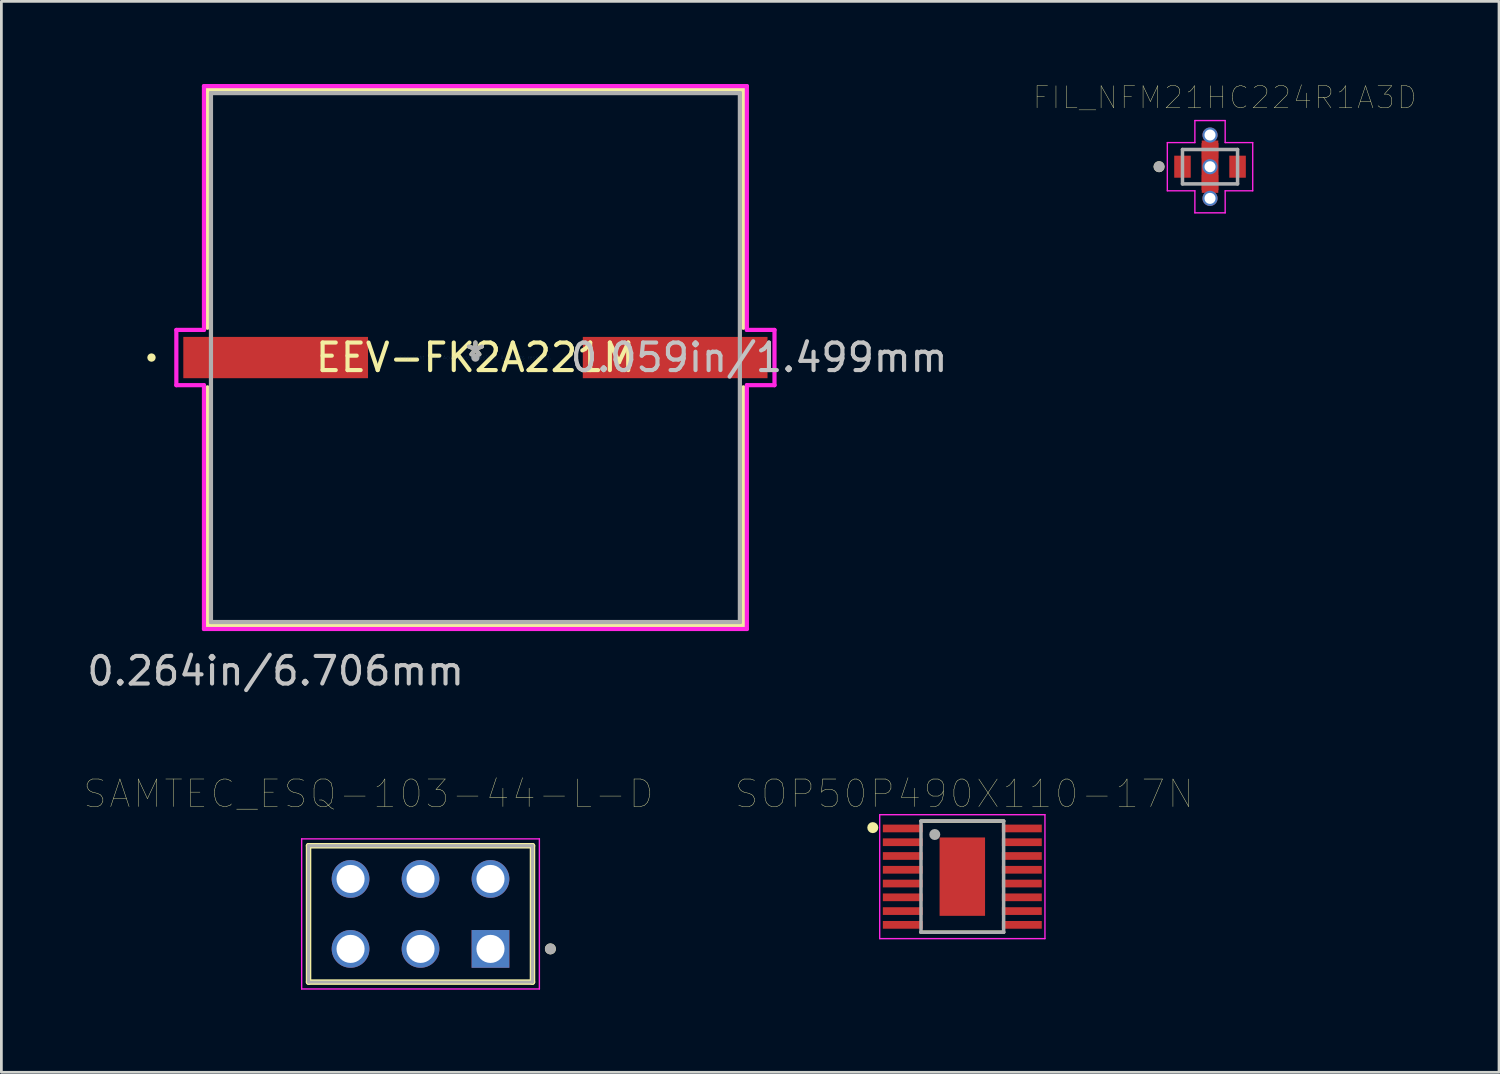
<source format=kicad_pcb>
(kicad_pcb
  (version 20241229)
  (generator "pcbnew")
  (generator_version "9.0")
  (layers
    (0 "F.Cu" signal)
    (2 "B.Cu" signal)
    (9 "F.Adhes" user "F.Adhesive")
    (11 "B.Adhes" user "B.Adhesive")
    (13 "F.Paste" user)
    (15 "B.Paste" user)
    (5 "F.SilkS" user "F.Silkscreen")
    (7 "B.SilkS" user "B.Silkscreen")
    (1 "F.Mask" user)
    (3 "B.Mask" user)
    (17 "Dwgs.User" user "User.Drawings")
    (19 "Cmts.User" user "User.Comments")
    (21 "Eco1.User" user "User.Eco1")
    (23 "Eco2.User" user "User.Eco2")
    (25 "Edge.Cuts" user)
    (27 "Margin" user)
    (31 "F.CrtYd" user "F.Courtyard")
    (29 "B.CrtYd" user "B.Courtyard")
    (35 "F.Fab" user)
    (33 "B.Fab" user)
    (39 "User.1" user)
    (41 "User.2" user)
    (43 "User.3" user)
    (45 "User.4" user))
  (footprint "FIL_NFM21HC224R1A3D"
    (layer "F.Cu")
    (at 40.88 3.002)
    (property "Reference" "FIL_NFM21HC224R1A3D" (at 0.54 -2.508 0) (layer "F.SilkS") (effects (font (size 0.8 0.8) (thickness 0.015))))
    (attr through_hole)
    (fp_poly (pts (xy -0.3 -0.85) (xy 0.3 -0.85) (xy 0.3 0.85) (xy -0.3 0.85)) (stroke (width 0.01) (type solid)) (fill yes) (layer "F.Cu"))
    (fp_poly (pts (xy -1.3 -0.4) (xy -0.7 -0.4) (xy -0.7 0.4) (xy -1.3 0.4)) (stroke (width 0.01) (type solid)) (fill yes) (layer "F.Mask"))
    (fp_poly (pts (xy -0.3 -0.95) (xy 0.3 -0.95) (xy 0.3 -0.3) (xy -0.3 -0.3)) (stroke (width 0.01) (type solid)) (fill yes) (layer "F.Mask"))
    (fp_poly (pts (xy -0.3 0.3) (xy 0.3 0.3) (xy 0.3 0.95) (xy -0.3 0.95)) (stroke (width 0.01) (type solid)) (fill yes) (layer "F.Mask"))
    (fp_poly (pts (xy 0.7 -0.4) (xy 1.3 -0.4) (xy 1.3 0.4) (xy 0.7 0.4)) (stroke (width 0.01) (type solid)) (fill yes) (layer "F.Mask"))
    (fp_circle (center -1.85 0) (end -1.75 0) (stroke (width 0.2) (type solid)) (fill no) (layer "F.SilkS"))
    (fp_line (start -1.55 -0.875) (end -0.55 -0.875) (stroke (width 0.05) (type solid)) (layer "F.CrtYd"))
    (fp_line (start -1.55 0.875) (end -1.55 -0.875) (stroke (width 0.05) (type solid)) (layer "F.CrtYd"))
    (fp_line (start -0.55 -1.675) (end 0.55 -1.675) (stroke (width 0.05) (type solid)) (layer "F.CrtYd"))
    (fp_line (start -0.55 -0.875) (end -0.55 -1.675) (stroke (width 0.05) (type solid)) (layer "F.CrtYd"))
    (fp_line (start -0.55 0.875) (end -1.55 0.875) (stroke (width 0.05) (type solid)) (layer "F.CrtYd"))
    (fp_line (start -0.55 1.675) (end -0.55 0.875) (stroke (width 0.05) (type solid)) (layer "F.CrtYd"))
    (fp_line (start 0.55 -1.675) (end 0.55 -0.875) (stroke (width 0.05) (type solid)) (layer "F.CrtYd"))
    (fp_line (start 0.55 -0.875) (end 1.55 -0.875) (stroke (width 0.05) (type solid)) (layer "F.CrtYd"))
    (fp_line (start 0.55 0.875) (end 0.55 1.675) (stroke (width 0.05) (type solid)) (layer "F.CrtYd"))
    (fp_line (start 0.55 1.675) (end -0.55 1.675) (stroke (width 0.05) (type solid)) (layer "F.CrtYd"))
    (fp_line (start 1.55 -0.875) (end 1.55 0.875) (stroke (width 0.05) (type solid)) (layer "F.CrtYd"))
    (fp_line (start 1.55 0.875) (end 0.55 0.875) (stroke (width 0.05) (type solid)) (layer "F.CrtYd"))
    (fp_line (start -1 -0.625) (end -1 0.625) (stroke (width 0.127) (type solid)) (layer "F.Fab"))
    (fp_line (start -1 0.625) (end 1 0.625) (stroke (width 0.127) (type solid)) (layer "F.Fab"))
    (fp_line (start 1 -0.625) (end -1 -0.625) (stroke (width 0.127) (type solid)) (layer "F.Fab"))
    (fp_line (start 1 0.625) (end 1 -0.625) (stroke (width 0.127) (type solid)) (layer "F.Fab"))
    (fp_circle (center -1.85 0) (end -1.75 0) (stroke (width 0.2) (type solid)) (fill no) (layer "F.Fab"))
    (pad "1" smd rect (at -1 0) (size 0.6 0.8) (layers "F.Cu" "F.Paste"))
    (pad "2" smd rect (at 0 -0.625) (size 0.6 0.65) (layers "F.Cu" "F.Paste"))
    (pad "2_1" smd rect (at 0 0.625) (size 0.6 0.65) (layers "F.Cu" "F.Paste"))
    (pad "2_2" thru_hole circle (at 0 -1.15) (size 0.55 0.55) (drill 0.4) (layers "*.Cu"))
    (pad "2_3" thru_hole circle (at 0 0) (size 0.55 0.55) (drill 0.4) (layers "*.Cu"))
    (pad "2_4" thru_hole circle (at 0 1.15) (size 0.55 0.55) (drill 0.4) (layers "*.Cu"))
    (pad "3" smd rect (at 1 0) (size 0.6 0.8) (layers "F.Cu" "F.Paste")))
  (footprint "SAMTEC_ESQ-103-44-L-D"
    (layer "F.Cu")
    (at 14.757 31.4)
    (property "Reference" "SAMTEC_ESQ-103-44-L-D" (at -4.43 -5.63 0) (layer "F.SilkS") (effects (font (size 1 1) (thickness 0.015))))
    (attr through_hole)
    (fp_line (start -6.605 1.205) (end -6.605 -3.745) (stroke (width 0.2) (type solid)) (layer "F.SilkS"))
    (fp_line (start 1.525 -3.745) (end -6.605 -3.745) (stroke (width 0.2) (type solid)) (layer "F.SilkS"))
    (fp_line (start 1.525 -3.745) (end 1.525 1.205) (stroke (width 0.2) (type solid)) (layer "F.SilkS"))
    (fp_line (start 1.525 1.205) (end -6.605 1.205) (stroke (width 0.2) (type solid)) (layer "F.SilkS"))
    (fp_circle (center 2.175 0) (end 2.275 0) (stroke (width 0.2) (type solid)) (fill no) (layer "F.SilkS"))
    (fp_line (start -6.855 -3.995) (end 1.775 -3.995) (stroke (width 0.05) (type solid)) (layer "F.CrtYd"))
    (fp_line (start -6.855 1.455) (end -6.855 -3.995) (stroke (width 0.05) (type solid)) (layer "F.CrtYd"))
    (fp_line (start 1.775 -3.995) (end 1.775 1.455) (stroke (width 0.05) (type solid)) (layer "F.CrtYd"))
    (fp_line (start 1.775 1.455) (end -6.855 1.455) (stroke (width 0.05) (type solid)) (layer "F.CrtYd"))
    (fp_line (start -6.605 -3.745) (end 1.525 -3.745) (stroke (width 0.1) (type solid)) (layer "F.Fab"))
    (fp_line (start -6.605 -3.745) (end 1.525 -3.745) (stroke (width 0.1) (type solid)) (layer "F.Fab"))
    (fp_line (start -6.605 1.205) (end -6.605 -3.745) (stroke (width 0.1) (type solid)) (layer "F.Fab"))
    (fp_line (start -6.605 1.205) (end -6.605 -3.745) (stroke (width 0.1) (type solid)) (layer "F.Fab"))
    (fp_line (start 1.525 -3.745) (end 1.525 1.205) (stroke (width 0.1) (type solid)) (layer "F.Fab"))
    (fp_line (start 1.525 -3.745) (end 1.525 1.205) (stroke (width 0.1) (type solid)) (layer "F.Fab"))
    (fp_line (start 1.525 1.205) (end -6.605 1.205) (stroke (width 0.1) (type solid)) (layer "F.Fab"))
    (fp_circle (center 2.175 0) (end 2.275 0) (stroke (width 0.2) (type solid)) (fill no) (layer "F.Fab"))
    (pad "01" thru_hole rect (at 0 0) (size 1.37 1.37) (drill 1.02) (layers "*.Cu" "*.Mask"))
    (pad "02" thru_hole circle (at 0 -2.54) (size 1.37 1.37) (drill 1.02) (layers "*.Cu" "*.Mask"))
    (pad "03" thru_hole circle (at -2.54 0) (size 1.37 1.37) (drill 1.02) (layers "*.Cu" "*.Mask"))
    (pad "04" thru_hole circle (at -2.54 -2.54) (size 1.37 1.37) (drill 1.02) (layers "*.Cu" "*.Mask"))
    (pad "05" thru_hole circle (at -5.08 0) (size 1.37 1.37) (drill 1.02) (layers "*.Cu" "*.Mask"))
    (pad "06" thru_hole circle (at -5.08 -2.54) (size 1.37 1.37) (drill 1.02) (layers "*.Cu" "*.Mask")))
  (footprint "EEV-FK2A221M"
    (layer "F.Cu")
    (at 14.21 9.931)
    (property "Reference" "EEV-FK2A221M" (at 0 0 0) (layer "F.SilkS") (effects (font (size 1 1) (thickness 0.15))))
    (attr through_hole)
    (fp_line (start -9.728 -9.728) (end -9.728 -1.082) (stroke (width 0.152) (type solid)) (layer "F.SilkS"))
    (fp_line (start -9.728 1.082) (end -9.728 9.728) (stroke (width 0.152) (type solid)) (layer "F.SilkS"))
    (fp_line (start -9.728 9.728) (end 9.728 9.728) (stroke (width 0.152) (type solid)) (layer "F.SilkS"))
    (fp_line (start 9.728 -9.728) (end -9.728 -9.728) (stroke (width 0.152) (type solid)) (layer "F.SilkS"))
    (fp_line (start 9.728 -1.082) (end 9.728 -9.728) (stroke (width 0.152) (type solid)) (layer "F.SilkS"))
    (fp_line (start 9.728 9.728) (end 9.728 1.082) (stroke (width 0.152) (type solid)) (layer "F.SilkS"))
    (fp_circle (center -11.76 0) (end -11.684 0) (stroke (width 0.152) (type solid)) (fill no) (layer "F.SilkS"))
    (fp_line (start -10.858 -1.003) (end -9.855 -1.003) (stroke (width 0.152) (type solid)) (layer "F.CrtYd"))
    (fp_line (start -10.858 1.003) (end -10.858 -1.003) (stroke (width 0.152) (type solid)) (layer "F.CrtYd"))
    (fp_line (start -9.855 -9.855) (end 9.855 -9.855) (stroke (width 0.152) (type solid)) (layer "F.CrtYd"))
    (fp_line (start -9.855 -1.003) (end -9.855 -9.855) (stroke (width 0.152) (type solid)) (layer "F.CrtYd"))
    (fp_line (start -9.855 1.003) (end -10.858 1.003) (stroke (width 0.152) (type solid)) (layer "F.CrtYd"))
    (fp_line (start -9.855 9.855) (end -9.855 1.003) (stroke (width 0.152) (type solid)) (layer "F.CrtYd"))
    (fp_line (start 9.855 -9.855) (end 9.855 -1.003) (stroke (width 0.152) (type solid)) (layer "F.CrtYd"))
    (fp_line (start 9.855 -1.003) (end 10.858 -1.003) (stroke (width 0.152) (type solid)) (layer "F.CrtYd"))
    (fp_line (start 9.855 1.003) (end 9.855 9.855) (stroke (width 0.152) (type solid)) (layer "F.CrtYd"))
    (fp_line (start 9.855 9.855) (end -9.855 9.855) (stroke (width 0.152) (type solid)) (layer "F.CrtYd"))
    (fp_line (start 10.858 -1.003) (end 10.858 1.003) (stroke (width 0.152) (type solid)) (layer "F.CrtYd"))
    (fp_line (start 10.858 1.003) (end 9.855 1.003) (stroke (width 0.152) (type solid)) (layer "F.CrtYd"))
    (fp_line (start -9.601 -9.601) (end -9.601 9.601) (stroke (width 0.152) (type solid)) (layer "F.Fab"))
    (fp_line (start -9.601 9.601) (end 9.601 9.601) (stroke (width 0.152) (type solid)) (layer "F.Fab"))
    (fp_line (start 9.601 -9.601) (end -9.601 -9.601) (stroke (width 0.152) (type solid)) (layer "F.Fab"))
    (fp_line (start 9.601 9.601) (end 9.601 -9.601) (stroke (width 0.152) (type solid)) (layer "F.Fab"))
    (fp_circle (center 0 0) (end 0.076 0) (stroke (width 0.152) (type solid)) (fill no) (layer "F.Fab"))
    (fp_text user "*" (at 0 0 0) (layer "F.SilkS") (effects (font (size 1 1) (thickness 0.15))))
    (fp_text user "0.059in/1.499mm" (at 10.3 0 0) (layer "Dwgs.User") (effects (font (size 1 1) (thickness 0.15))))
    (fp_text user "0.264in/6.706mm" (at -7.252 11.379 0) (layer "Dwgs.User") (effects (font (size 1 1) (thickness 0.15))))
    (fp_text user "Copyright 2016 Accelerated Designs. All rights reserved." (at 0 0 0) (layer "Cmts.User") (effects (font (size 0.127 0.127) (thickness 0.002))))
    (fp_text user "*" (at 0 0 0) (layer "F.Fab") (effects (font (size 1 1) (thickness 0.15))))
    (pad "1" smd rect (at -7.252 0) (size 6.706 1.499) (layers "F.Cu" "F.Mask" "F.Paste"))
    (pad "2" smd rect (at 7.252 0) (size 6.706 1.499) (layers "F.Cu" "F.Mask" "F.Paste")))
  (footprint "SOP50P490X110-17N"
    (layer "F.Cu")
    (at 31.887 28.777)
    (property "Reference" "SOP50P490X110-17N" (at 0.075 -3.006 0) (layer "F.SilkS") (effects (font (size 1 1) (thickness 0.015))))
    (attr through_hole)
    (fp_line (start -1.5 -2.019) (end 1.5 -2.019) (stroke (width 0.127) (type solid)) (layer "F.SilkS"))
    (fp_line (start 1.5 2.019) (end -1.5 2.019) (stroke (width 0.127) (type solid)) (layer "F.SilkS"))
    (fp_circle (center -3.25 -1.78) (end -3.15 -1.78) (stroke (width 0.2) (type solid)) (fill no) (layer "F.SilkS"))
    (fp_poly (pts (xy -0.621 0.1) (xy -0.1 0.1) (xy -0.1 1.222) (xy -0.621 1.222)) (stroke (width 0.01) (type solid)) (fill yes) (layer "F.Paste"))
    (fp_poly (pts (xy -0.621 -1.22) (xy -0.1 -1.22) (xy -0.1 -0.1) (xy -0.621 -0.1)) (stroke (width 0.01) (type solid)) (fill yes) (layer "F.Paste"))
    (fp_poly (pts (xy 0.1 -1.22) (xy 0.62 -1.22) (xy 0.62 -0.1) (xy 0.1 -0.1)) (stroke (width 0.01) (type solid)) (fill yes) (layer "F.Paste"))
    (fp_poly (pts (xy 0.1 0.1) (xy 0.62 0.1) (xy 0.62 1.222) (xy 0.1 1.222)) (stroke (width 0.01) (type solid)) (fill yes) (layer "F.Paste"))
    (fp_line (start -3 -2.25) (end 3 -2.25) (stroke (width 0.05) (type solid)) (layer "F.CrtYd"))
    (fp_line (start -3 2.25) (end -3 -2.25) (stroke (width 0.05) (type solid)) (layer "F.CrtYd"))
    (fp_line (start 3 -2.25) (end 3 2.25) (stroke (width 0.05) (type solid)) (layer "F.CrtYd"))
    (fp_line (start 3 2.25) (end -3 2.25) (stroke (width 0.05) (type solid)) (layer "F.CrtYd"))
    (fp_line (start -1.5 2.019) (end -1.5 -2.019) (stroke (width 0.127) (type solid)) (layer "F.Fab"))
    (fp_line (start -1.5 2.019) (end 1.5 2.019) (stroke (width 0.127) (type solid)) (layer "F.Fab"))
    (fp_line (start 1.5 -2.019) (end -1.5 -2.019) (stroke (width 0.127) (type solid)) (layer "F.Fab"))
    (fp_line (start 1.5 -2.019) (end 1.5 2.019) (stroke (width 0.127) (type solid)) (layer "F.Fab"))
    (fp_circle (center -1 -1.53) (end -0.9 -1.53) (stroke (width 0.2) (type solid)) (fill no) (layer "F.Fab"))
    (pad "1" smd rect (at -2.16 -1.75) (size 1.45 0.28) (layers "F.Cu" "F.Mask" "F.Paste"))
    (pad "2" smd rect (at -2.16 -1.25) (size 1.45 0.28) (layers "F.Cu" "F.Mask" "F.Paste"))
    (pad "3" smd rect (at -2.16 -0.75) (size 1.45 0.28) (layers "F.Cu" "F.Mask" "F.Paste"))
    (pad "4" smd rect (at -2.16 -0.25) (size 1.45 0.28) (layers "F.Cu" "F.Mask" "F.Paste"))
    (pad "5" smd rect (at -2.16 0.25) (size 1.45 0.28) (layers "F.Cu" "F.Mask" "F.Paste"))
    (pad "6" smd rect (at -2.16 0.75) (size 1.45 0.28) (layers "F.Cu" "F.Mask" "F.Paste"))
    (pad "7" smd rect (at -2.16 1.25) (size 1.45 0.28) (layers "F.Cu" "F.Mask" "F.Paste"))
    (pad "8" smd rect (at -2.16 1.75) (size 1.45 0.28) (layers "F.Cu" "F.Mask" "F.Paste"))
    (pad "9" smd rect (at 2.16 1.75) (size 1.45 0.28) (layers "F.Cu" "F.Mask" "F.Paste"))
    (pad "10" smd rect (at 2.16 1.25) (size 1.45 0.28) (layers "F.Cu" "F.Mask" "F.Paste"))
    (pad "11" smd rect (at 2.16 0.75) (size 1.45 0.28) (layers "F.Cu" "F.Mask" "F.Paste"))
    (pad "12" smd rect (at 2.16 0.25) (size 1.45 0.28) (layers "F.Cu" "F.Mask" "F.Paste"))
    (pad "13" smd rect (at 2.16 -0.25) (size 1.45 0.28) (layers "F.Cu" "F.Mask" "F.Paste"))
    (pad "14" smd rect (at 2.16 -0.75) (size 1.45 0.28) (layers "F.Cu" "F.Mask" "F.Paste"))
    (pad "15" smd rect (at 2.16 -1.25) (size 1.45 0.28) (layers "F.Cu" "F.Mask" "F.Paste"))
    (pad "16" smd rect (at 2.16 -1.75) (size 1.45 0.28) (layers "F.Cu" "F.Mask" "F.Paste"))
    (pad "17" smd rect (at 0 0) (size 1.651 2.845) (layers "F.Cu" "F.Mask")))
  (gr_rect
    (start -3 -3)
    (end 51.372 35.88)
    (stroke (width 0.1) (type default))
    (fill no)
    (layer "Edge.Cuts")))
</source>
